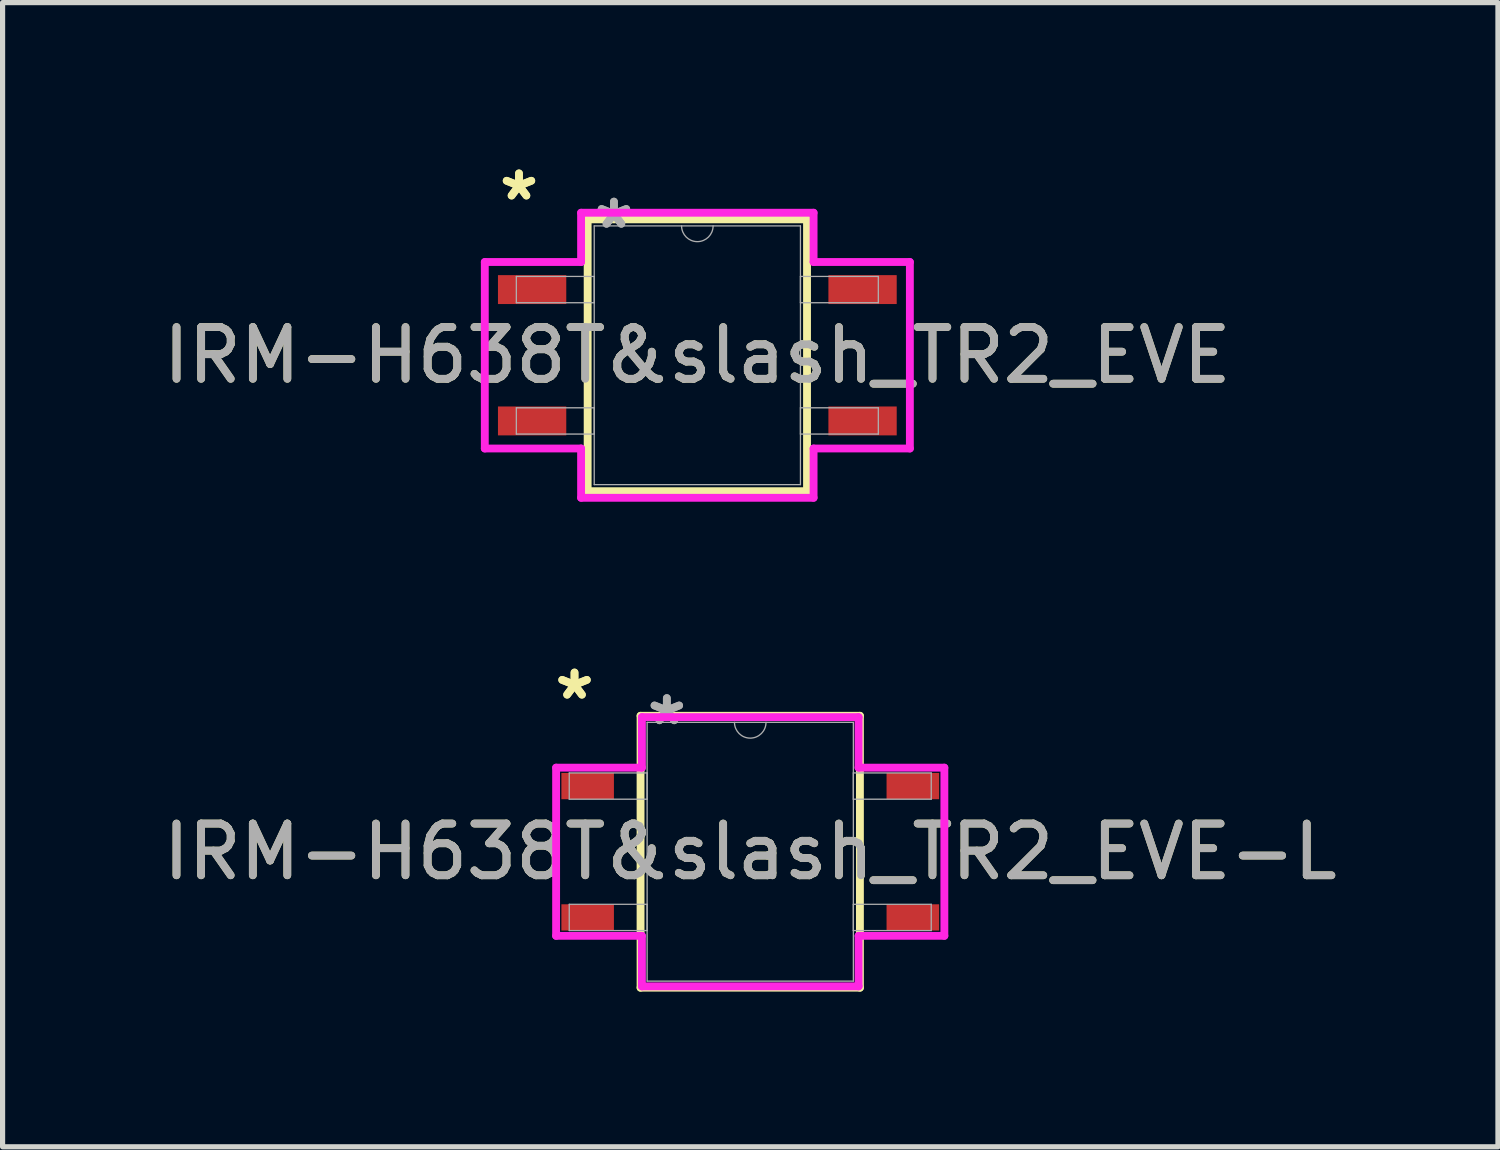
<source format=kicad_pcb>
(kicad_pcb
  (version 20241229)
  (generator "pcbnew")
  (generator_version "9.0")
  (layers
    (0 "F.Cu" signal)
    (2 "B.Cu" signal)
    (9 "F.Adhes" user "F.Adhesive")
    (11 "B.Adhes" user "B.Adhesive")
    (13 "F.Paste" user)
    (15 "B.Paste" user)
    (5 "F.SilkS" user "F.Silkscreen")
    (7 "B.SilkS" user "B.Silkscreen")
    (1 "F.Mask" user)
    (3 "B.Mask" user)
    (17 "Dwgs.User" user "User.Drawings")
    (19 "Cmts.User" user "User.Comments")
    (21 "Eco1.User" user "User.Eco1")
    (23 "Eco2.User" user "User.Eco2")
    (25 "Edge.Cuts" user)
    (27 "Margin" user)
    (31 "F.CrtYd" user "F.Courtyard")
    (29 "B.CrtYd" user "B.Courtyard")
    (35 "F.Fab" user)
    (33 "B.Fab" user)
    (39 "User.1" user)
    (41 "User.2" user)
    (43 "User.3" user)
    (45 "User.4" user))
  (footprint "IRM-H638T&slash_TR2_EVE-L"
    (layer "F.Cu")
    (at 11.458 13.421)
    (property "Reference" "IRM-H638T&slash_TR2_EVE-L" (at 0 0 0) (unlocked yes) (layer "F.SilkS") (effects (font (size 1 1) (thickness 0.15))))
    (attr smd)
    (fp_line (start -2.121 -2.629) (end -2.121 2.629) (stroke (width 0.152) (type solid)) (layer "F.SilkS"))
    (fp_line (start -2.121 2.629) (end 2.121 2.629) (stroke (width 0.152) (type solid)) (layer "F.SilkS"))
    (fp_line (start 2.121 -2.629) (end -2.121 -2.629) (stroke (width 0.152) (type solid)) (layer "F.SilkS"))
    (fp_line (start 2.121 2.629) (end 2.121 -2.629) (stroke (width 0.152) (type solid)) (layer "F.SilkS"))
    (fp_line (start -3.754 -1.626) (end -2.095 -1.626) (stroke (width 0.152) (type solid)) (layer "F.CrtYd"))
    (fp_line (start -3.754 1.626) (end -3.754 -1.626) (stroke (width 0.152) (type solid)) (layer "F.CrtYd"))
    (fp_line (start -3.754 1.626) (end -2.095 1.626) (stroke (width 0.152) (type solid)) (layer "F.CrtYd"))
    (fp_line (start -2.095 -2.603) (end 2.095 -2.603) (stroke (width 0.152) (type solid)) (layer "F.CrtYd"))
    (fp_line (start -2.095 -1.626) (end -2.095 -2.603) (stroke (width 0.152) (type solid)) (layer "F.CrtYd"))
    (fp_line (start -2.095 2.603) (end -2.095 1.626) (stroke (width 0.152) (type solid)) (layer "F.CrtYd"))
    (fp_line (start 2.095 -2.603) (end 2.095 -1.626) (stroke (width 0.152) (type solid)) (layer "F.CrtYd"))
    (fp_line (start 2.095 1.626) (end 2.095 2.603) (stroke (width 0.152) (type solid)) (layer "F.CrtYd"))
    (fp_line (start 2.095 2.603) (end -2.095 2.603) (stroke (width 0.152) (type solid)) (layer "F.CrtYd"))
    (fp_line (start 3.754 -1.626) (end 2.095 -1.626) (stroke (width 0.152) (type solid)) (layer "F.CrtYd"))
    (fp_line (start 3.754 -1.626) (end 3.754 1.626) (stroke (width 0.152) (type solid)) (layer "F.CrtYd"))
    (fp_line (start 3.754 1.626) (end 2.095 1.626) (stroke (width 0.152) (type solid)) (layer "F.CrtYd"))
    (fp_line (start -3.5 -1.524) (end -3.5 -1.016) (stroke (width 0.025) (type solid)) (layer "F.Fab"))
    (fp_line (start -3.5 -1.016) (end -1.994 -1.016) (stroke (width 0.025) (type solid)) (layer "F.Fab"))
    (fp_line (start -3.5 1.016) (end -3.5 1.524) (stroke (width 0.025) (type solid)) (layer "F.Fab"))
    (fp_line (start -3.5 1.524) (end -1.994 1.524) (stroke (width 0.025) (type solid)) (layer "F.Fab"))
    (fp_line (start -1.994 -2.502) (end -1.994 2.502) (stroke (width 0.025) (type solid)) (layer "F.Fab"))
    (fp_line (start -1.994 -1.524) (end -3.5 -1.524) (stroke (width 0.025) (type solid)) (layer "F.Fab"))
    (fp_line (start -1.994 -1.016) (end -1.994 -1.524) (stroke (width 0.025) (type solid)) (layer "F.Fab"))
    (fp_line (start -1.994 1.016) (end -3.5 1.016) (stroke (width 0.025) (type solid)) (layer "F.Fab"))
    (fp_line (start -1.994 1.524) (end -1.994 1.016) (stroke (width 0.025) (type solid)) (layer "F.Fab"))
    (fp_line (start -1.994 2.502) (end 1.994 2.502) (stroke (width 0.025) (type solid)) (layer "F.Fab"))
    (fp_line (start 1.994 -2.502) (end -1.994 -2.502) (stroke (width 0.025) (type solid)) (layer "F.Fab"))
    (fp_line (start 1.994 -1.524) (end 1.994 -1.016) (stroke (width 0.025) (type solid)) (layer "F.Fab"))
    (fp_line (start 1.994 -1.016) (end 3.5 -1.016) (stroke (width 0.025) (type solid)) (layer "F.Fab"))
    (fp_line (start 1.994 1.016) (end 1.994 1.524) (stroke (width 0.025) (type solid)) (layer "F.Fab"))
    (fp_line (start 1.994 1.524) (end 3.5 1.524) (stroke (width 0.025) (type solid)) (layer "F.Fab"))
    (fp_line (start 1.994 2.502) (end 1.994 -2.502) (stroke (width 0.025) (type solid)) (layer "F.Fab"))
    (fp_line (start 3.5 -1.524) (end 1.994 -1.524) (stroke (width 0.025) (type solid)) (layer "F.Fab"))
    (fp_line (start 3.5 -1.016) (end 3.5 -1.524) (stroke (width 0.025) (type solid)) (layer "F.Fab"))
    (fp_line (start 3.5 1.016) (end 1.994 1.016) (stroke (width 0.025) (type solid)) (layer "F.Fab"))
    (fp_line (start 3.5 1.524) (end 3.5 1.016) (stroke (width 0.025) (type solid)) (layer "F.Fab"))
    (fp_arc (start 0.3048 -2.5019) (mid 0 -2.1971) (end -0.3048 -2.5019) (stroke (width 0.0254) (type solid)) (layer "F.Fab"))
    (fp_text user "*" (at -3.398 -2.921 0) (unlocked yes) (layer "F.SilkS") (effects (font (size 1 1) (thickness 0.15))))
    (fp_text user "*" (at -3.398 -2.921 0) (layer "F.SilkS") (effects (font (size 1 1) (thickness 0.15))))
    (fp_text user "*" (at -1.613 -2.426 0) (unlocked yes) (layer "F.Fab") (effects (font (size 1 1) (thickness 0.15))))
    (fp_text user "*" (at -1.613 -2.426 0) (layer "F.Fab") (effects (font (size 1 1) (thickness 0.15))))
    (fp_text user "${REFERENCE}" (at 0 0 0) (unlocked yes) (layer "F.Fab") (effects (font (size 1 1) (thickness 0.15))))
    (pad "1" smd rect (at -3.144 -1.27) (size 1.016 0.508) (layers "F.Cu" "F.Mask" "F.Paste"))
    (pad "2" smd rect (at -3.144 1.27) (size 1.016 0.508) (layers "F.Cu" "F.Mask" "F.Paste"))
    (pad "3" smd rect (at 3.144 1.27) (size 1.016 0.508) (layers "F.Cu" "F.Mask" "F.Paste"))
    (pad "4" smd rect (at 3.144 -1.27) (size 1.016 0.508) (layers "F.Cu" "F.Mask" "F.Paste")))
  (footprint "IRM-H638T&slash_TR2_EVE"
    (layer "F.Cu")
    (at 10.435 3.82)
    (property "Reference" "IRM-H638T&slash_TR2_EVE" (at 0 0 0) (unlocked yes) (layer "F.SilkS") (effects (font (size 1 1) (thickness 0.15))))
    (attr smd)
    (fp_line (start -2.121 -2.629) (end -2.121 2.629) (stroke (width 0.152) (type solid)) (layer "F.SilkS"))
    (fp_line (start -2.121 2.629) (end 2.121 2.629) (stroke (width 0.152) (type solid)) (layer "F.SilkS"))
    (fp_line (start 2.121 -2.629) (end -2.121 -2.629) (stroke (width 0.152) (type solid)) (layer "F.SilkS"))
    (fp_line (start 2.121 2.629) (end 2.121 -2.629) (stroke (width 0.152) (type solid)) (layer "F.SilkS"))
    (fp_line (start -4.11 -1.803) (end -2.248 -1.803) (stroke (width 0.152) (type solid)) (layer "F.CrtYd"))
    (fp_line (start -4.11 1.803) (end -4.11 -1.803) (stroke (width 0.152) (type solid)) (layer "F.CrtYd"))
    (fp_line (start -4.11 1.803) (end -2.248 1.803) (stroke (width 0.152) (type solid)) (layer "F.CrtYd"))
    (fp_line (start -2.248 -2.756) (end 2.248 -2.756) (stroke (width 0.152) (type solid)) (layer "F.CrtYd"))
    (fp_line (start -2.248 -1.803) (end -2.248 -2.756) (stroke (width 0.152) (type solid)) (layer "F.CrtYd"))
    (fp_line (start -2.248 2.756) (end -2.248 1.803) (stroke (width 0.152) (type solid)) (layer "F.CrtYd"))
    (fp_line (start 2.248 -2.756) (end 2.248 -1.803) (stroke (width 0.152) (type solid)) (layer "F.CrtYd"))
    (fp_line (start 2.248 1.803) (end 2.248 2.756) (stroke (width 0.152) (type solid)) (layer "F.CrtYd"))
    (fp_line (start 2.248 2.756) (end -2.248 2.756) (stroke (width 0.152) (type solid)) (layer "F.CrtYd"))
    (fp_line (start 4.11 -1.803) (end 2.248 -1.803) (stroke (width 0.152) (type solid)) (layer "F.CrtYd"))
    (fp_line (start 4.11 -1.803) (end 4.11 1.803) (stroke (width 0.152) (type solid)) (layer "F.CrtYd"))
    (fp_line (start 4.11 1.803) (end 2.248 1.803) (stroke (width 0.152) (type solid)) (layer "F.CrtYd"))
    (fp_line (start -3.5 -1.524) (end -3.5 -1.016) (stroke (width 0.025) (type solid)) (layer "F.Fab"))
    (fp_line (start -3.5 -1.016) (end -1.994 -1.016) (stroke (width 0.025) (type solid)) (layer "F.Fab"))
    (fp_line (start -3.5 1.016) (end -3.5 1.524) (stroke (width 0.025) (type solid)) (layer "F.Fab"))
    (fp_line (start -3.5 1.524) (end -1.994 1.524) (stroke (width 0.025) (type solid)) (layer "F.Fab"))
    (fp_line (start -1.994 -2.502) (end -1.994 2.502) (stroke (width 0.025) (type solid)) (layer "F.Fab"))
    (fp_line (start -1.994 -1.524) (end -3.5 -1.524) (stroke (width 0.025) (type solid)) (layer "F.Fab"))
    (fp_line (start -1.994 -1.016) (end -1.994 -1.524) (stroke (width 0.025) (type solid)) (layer "F.Fab"))
    (fp_line (start -1.994 1.016) (end -3.5 1.016) (stroke (width 0.025) (type solid)) (layer "F.Fab"))
    (fp_line (start -1.994 1.524) (end -1.994 1.016) (stroke (width 0.025) (type solid)) (layer "F.Fab"))
    (fp_line (start -1.994 2.502) (end 1.994 2.502) (stroke (width 0.025) (type solid)) (layer "F.Fab"))
    (fp_line (start 1.994 -2.502) (end -1.994 -2.502) (stroke (width 0.025) (type solid)) (layer "F.Fab"))
    (fp_line (start 1.994 -1.524) (end 1.994 -1.016) (stroke (width 0.025) (type solid)) (layer "F.Fab"))
    (fp_line (start 1.994 -1.016) (end 3.5 -1.016) (stroke (width 0.025) (type solid)) (layer "F.Fab"))
    (fp_line (start 1.994 1.016) (end 1.994 1.524) (stroke (width 0.025) (type solid)) (layer "F.Fab"))
    (fp_line (start 1.994 1.524) (end 3.5 1.524) (stroke (width 0.025) (type solid)) (layer "F.Fab"))
    (fp_line (start 1.994 2.502) (end 1.994 -2.502) (stroke (width 0.025) (type solid)) (layer "F.Fab"))
    (fp_line (start 3.5 -1.524) (end 1.994 -1.524) (stroke (width 0.025) (type solid)) (layer "F.Fab"))
    (fp_line (start 3.5 -1.016) (end 3.5 -1.524) (stroke (width 0.025) (type solid)) (layer "F.Fab"))
    (fp_line (start 3.5 1.016) (end 1.994 1.016) (stroke (width 0.025) (type solid)) (layer "F.Fab"))
    (fp_line (start 3.5 1.524) (end 3.5 1.016) (stroke (width 0.025) (type solid)) (layer "F.Fab"))
    (fp_arc (start 0.3048 -2.5019) (mid 0 -2.1971) (end -0.3048 -2.5019) (stroke (width 0.0254) (type solid)) (layer "F.Fab"))
    (fp_text user "*" (at -3.449 -2.972 0) (unlocked yes) (layer "F.SilkS") (effects (font (size 1 1) (thickness 0.15))))
    (fp_text user "*" (at -3.449 -2.972 0) (layer "F.SilkS") (effects (font (size 1 1) (thickness 0.15))))
    (fp_text user "${REFERENCE}" (at 0 0 0) (unlocked yes) (layer "F.Fab") (effects (font (size 1 1) (thickness 0.15))))
    (fp_text user "*" (at -1.613 -2.426 0) (layer "F.Fab") (effects (font (size 1 1) (thickness 0.15))))
    (fp_text user "*" (at -1.613 -2.426 0) (unlocked yes) (layer "F.Fab") (effects (font (size 1 1) (thickness 0.15))))
    (pad "1" smd rect (at -3.195 -1.27) (size 1.321 0.559) (layers "F.Cu" "F.Mask" "F.Paste"))
    (pad "2" smd rect (at -3.195 1.27) (size 1.321 0.559) (layers "F.Cu" "F.Mask" "F.Paste"))
    (pad "3" smd rect (at 3.195 1.27) (size 1.321 0.559) (layers "F.Cu" "F.Mask" "F.Paste"))
    (pad "4" smd rect (at 3.195 -1.27) (size 1.321 0.559) (layers "F.Cu" "F.Mask" "F.Paste")))
  (gr_rect
    (start -3 -3)
    (end 25.917 19.127)
    (stroke (width 0.1) (type default))
    (fill no)
    (layer "Edge.Cuts")))
</source>
